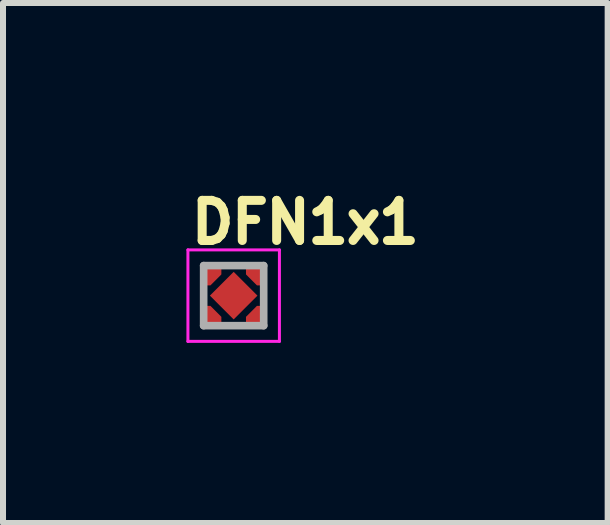
<source format=kicad_pcb>
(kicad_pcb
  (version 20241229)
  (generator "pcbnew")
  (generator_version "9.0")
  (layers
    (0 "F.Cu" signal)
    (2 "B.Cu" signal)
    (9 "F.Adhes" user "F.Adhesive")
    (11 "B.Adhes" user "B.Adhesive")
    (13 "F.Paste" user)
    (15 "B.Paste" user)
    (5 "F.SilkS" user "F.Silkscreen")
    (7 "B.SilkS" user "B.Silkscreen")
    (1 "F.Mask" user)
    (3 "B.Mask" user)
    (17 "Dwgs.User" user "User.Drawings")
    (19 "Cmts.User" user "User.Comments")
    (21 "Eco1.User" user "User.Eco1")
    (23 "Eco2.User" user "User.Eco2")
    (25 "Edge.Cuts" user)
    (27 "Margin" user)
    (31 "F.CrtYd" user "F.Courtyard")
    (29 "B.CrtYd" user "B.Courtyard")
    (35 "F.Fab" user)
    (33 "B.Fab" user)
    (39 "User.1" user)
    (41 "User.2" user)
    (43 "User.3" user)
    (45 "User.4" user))
  (footprint "DFN1x1"
    (layer "F.Cu")
    (at 0.842 1.874)
    (property "Reference" "DFN1x1" (at 1.193 -1.22 0) (layer "F.SilkS") (effects (font (size 0.668 0.668) (thickness 0.15))))
    (attr smd)
    (fp_poly (pts (xy 0 -0.43) (xy 0.43 0) (xy 0 0.43) (xy -0.43 0)) (stroke (width 0.001) (type solid)) (fill yes) (layer "F.Mask"))
    (fp_poly (pts (xy -0.57 -0.14) (xy -0.38 -0.14) (xy -0.17 -0.35) (xy -0.17 -0.5) (xy -0.57 -0.5)) (stroke (width 0.001) (type solid)) (fill yes) (layer "F.Mask"))
    (fp_poly (pts (xy -0.57 0.14) (xy -0.38 0.14) (xy -0.17 0.35) (xy -0.17 0.5) (xy -0.57 0.5)) (stroke (width 0.001) (type solid)) (fill yes) (layer "F.Mask"))
    (fp_poly (pts (xy 0.17 -0.5) (xy 0.17 -0.35) (xy 0.38 -0.14) (xy 0.57 -0.14) (xy 0.57 -0.5)) (stroke (width 0.001) (type solid)) (fill yes) (layer "F.Mask"))
    (fp_poly (pts (xy 0.38 0.14) (xy 0.57 0.14) (xy 0.57 0.5) (xy 0.17 0.5) (xy 0.17 0.35)) (stroke (width 0.001) (type solid)) (fill yes) (layer "F.Mask"))
    (fp_poly (pts (xy -0.39 -0.175) (xy -0.54 -0.175) (xy -0.54 -0.475) (xy -0.21 -0.475) (xy -0.21 -0.355)) (stroke (width 0.01) (type solid)) (fill yes) (layer "F.Paste"))
    (fp_poly (pts (xy -0.39 0.175) (xy -0.54 0.175) (xy -0.54 0.475) (xy -0.21 0.475) (xy -0.21 0.355)) (stroke (width 0.01) (type solid)) (fill yes) (layer "F.Paste"))
    (fp_poly (pts (xy 0.39 -0.175) (xy 0.54 -0.175) (xy 0.54 -0.475) (xy 0.21 -0.475) (xy 0.21 -0.355)) (stroke (width 0.01) (type solid)) (fill yes) (layer "F.Paste"))
    (fp_poly (pts (xy 0.39 0.175) (xy 0.54 0.175) (xy 0.54 0.475) (xy 0.21 0.475) (xy 0.21 0.355)) (stroke (width 0.01) (type solid)) (fill yes) (layer "F.Paste"))
    (fp_line (start -0.762 -0.762) (end 0.762 -0.762) (stroke (width 0.05) (type solid)) (layer "F.CrtYd"))
    (fp_line (start -0.762 0.762) (end -0.762 -0.762) (stroke (width 0.05) (type solid)) (layer "F.CrtYd"))
    (fp_line (start 0.762 -0.762) (end 0.762 0.762) (stroke (width 0.05) (type solid)) (layer "F.CrtYd"))
    (fp_line (start 0.762 0.762) (end -0.762 0.762) (stroke (width 0.05) (type solid)) (layer "F.CrtYd"))
    (fp_line (start -0.5 -0.5) (end 0.5 -0.5) (stroke (width 0.127) (type solid)) (layer "F.Fab"))
    (fp_line (start -0.5 0.5) (end -0.5 -0.5) (stroke (width 0.127) (type solid)) (layer "F.Fab"))
    (fp_line (start 0.5 -0.5) (end 0.5 0.5) (stroke (width 0.127) (type solid)) (layer "F.Fab"))
    (fp_line (start 0.5 0.5) (end -0.5 0.5) (stroke (width 0.127) (type solid)) (layer "F.Fab"))
    (pad "1" smd custom (at 0.395 0.335) (size 0.1 0.1) (layers "F.Cu") (options (anchor rect)) (primitives (gr_poly (pts (xy -0.005 -0.16) (xy 0.145 -0.16) (xy 0.145 0.14) (xy -0.185 0.14) (xy -0.185 0.02)) (width 0.01) (fill yes))))
    (pad "2" smd custom (at 0.4 -0.37) (size 0.1 0.1) (layers "F.Cu") (options (anchor rect)) (primitives (gr_poly (pts (xy -0.01 0.195) (xy 0.14 0.195) (xy 0.14 -0.105) (xy -0.19 -0.105) (xy -0.19 0.015)) (width 0.01) (fill yes))))
    (pad "3" smd custom (at -0.41 -0.37) (size 0.1 0.1) (layers "F.Cu") (options (anchor rect)) (primitives (gr_poly (pts (xy 0.02 0.195) (xy -0.13 0.195) (xy -0.13 -0.105) (xy 0.2 -0.105) (xy 0.2 0.015)) (width 0.01) (fill yes))))
    (pad "4" smd custom (at -0.41 0.34) (size 0.1 0.1) (layers "F.Cu") (options (anchor rect)) (primitives (gr_poly (pts (xy 0.02 -0.165) (xy -0.13 -0.165) (xy -0.13 0.135) (xy 0.2 0.135) (xy 0.2 0.015)) (width 0.01) (fill yes))))
    (pad "5" smd rect (at 0 0 45) (size 0.56 0.56) (layers "F.Cu" "F.Paste")))
  (gr_rect
    (start -3 -3)
    (end 7.071 5.661)
    (stroke (width 0.1) (type default))
    (fill no)
    (layer "Edge.Cuts")))
</source>
